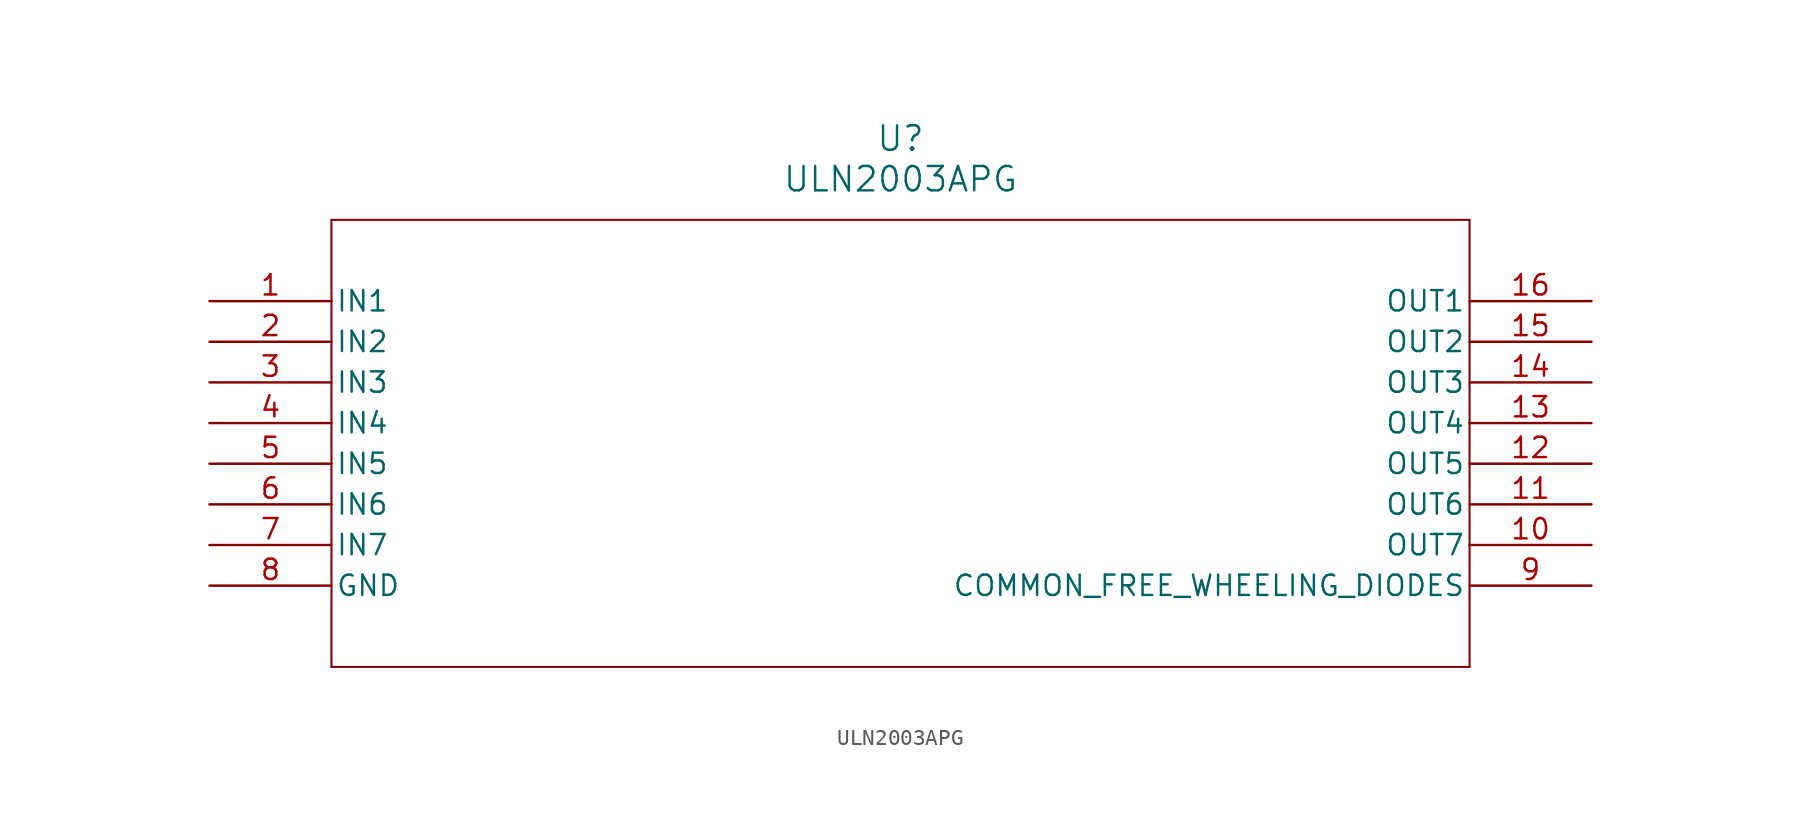
<source format=kicad_sym>
(kicad_symbol_lib
  (version 20211014)
  (generator kicad_symbol_editor)
  (symbol "ULN2003APG"
    (pin_names
      (offset 0.254))
    (property "Reference" "U"
      (at 43.18 10.16 0)
      (effects (font (size 1.524 1.524))))
    (property "Value" "ULN2003APG"
      (at 43.18 7.62 0)
      (effects (font (size 1.524 1.524))))
    (symbol "ULN2003APG_0_1"
      (polyline (pts (xy 7.62 5.08) (xy 7.62 -22.86)) (stroke (width 0.127) (type default) (color 0 0 0 0)) (fill (type none)))
      (polyline (pts (xy 7.62 -22.86) (xy 78.74 -22.86)) (stroke (width 0.127) (type default) (color 0 0 0 0)) (fill (type none)))
      (polyline (pts (xy 78.74 -22.86) (xy 78.74 5.08)) (stroke (width 0.127) (type default) (color 0 0 0 0)) (fill (type none)))
      (polyline (pts (xy 78.74 5.08) (xy 7.62 5.08)) (stroke (width 0.127) (type default) (color 0 0 0 0)) (fill (type none)))
      (pin input line (at 0 0 0) (length 7.62) (name "IN1" (effects (font (size 1.27 1.27)))) (number "1" (effects (font (size 1.27 1.27)))))
      (pin input line (at 0 -2.54 0) (length 7.62) (name "IN2" (effects (font (size 1.27 1.27)))) (number "2" (effects (font (size 1.27 1.27)))))
      (pin input line (at 0 -5.08 0) (length 7.62) (name "IN3" (effects (font (size 1.27 1.27)))) (number "3" (effects (font (size 1.27 1.27)))))
      (pin input line (at 0 -7.62 0) (length 7.62) (name "IN4" (effects (font (size 1.27 1.27)))) (number "4" (effects (font (size 1.27 1.27)))))
      (pin input line (at 0 -10.16 0) (length 7.62) (name "IN5" (effects (font (size 1.27 1.27)))) (number "5" (effects (font (size 1.27 1.27)))))
      (pin input line (at 0 -12.7 0) (length 7.62) (name "IN6" (effects (font (size 1.27 1.27)))) (number "6" (effects (font (size 1.27 1.27)))))
      (pin input line (at 0 -15.24 0) (length 7.62) (name "IN7" (effects (font (size 1.27 1.27)))) (number "7" (effects (font (size 1.27 1.27)))))
      (pin power_out line (at 0 -17.78 0) (length 7.62) (name "GND" (effects (font (size 1.27 1.27)))) (number "8" (effects (font (size 1.27 1.27)))))
      (pin unspecified line (at 86.36 -17.78 180) (length 7.62) (name "COMMON FREE WHEELING DIODES" (effects (font (size 1.27 1.27)))) (number "9" (effects (font (size 1.27 1.27)))))
      (pin output line (at 86.36 -15.24 180) (length 7.62) (name "OUT7" (effects (font (size 1.27 1.27)))) (number "10" (effects (font (size 1.27 1.27)))))
      (pin output line (at 86.36 -12.7 180) (length 7.62) (name "OUT6" (effects (font (size 1.27 1.27)))) (number "11" (effects (font (size 1.27 1.27)))))
      (pin output line (at 86.36 -10.16 180) (length 7.62) (name "OUT5" (effects (font (size 1.27 1.27)))) (number "12" (effects (font (size 1.27 1.27)))))
      (pin output line (at 86.36 -7.62 180) (length 7.62) (name "OUT4" (effects (font (size 1.27 1.27)))) (number "13" (effects (font (size 1.27 1.27)))))
      (pin output line (at 86.36 -5.08 180) (length 7.62) (name "OUT3" (effects (font (size 1.27 1.27)))) (number "14" (effects (font (size 1.27 1.27)))))
      (pin output line (at 86.36 -2.54 180) (length 7.62) (name "OUT2" (effects (font (size 1.27 1.27)))) (number "15" (effects (font (size 1.27 1.27)))))
      (pin output line (at 86.36 0 180) (length 7.62) (name "OUT1" (effects (font (size 1.27 1.27)))) (number "16" (effects (font (size 1.27 1.27))))))))
</source>
